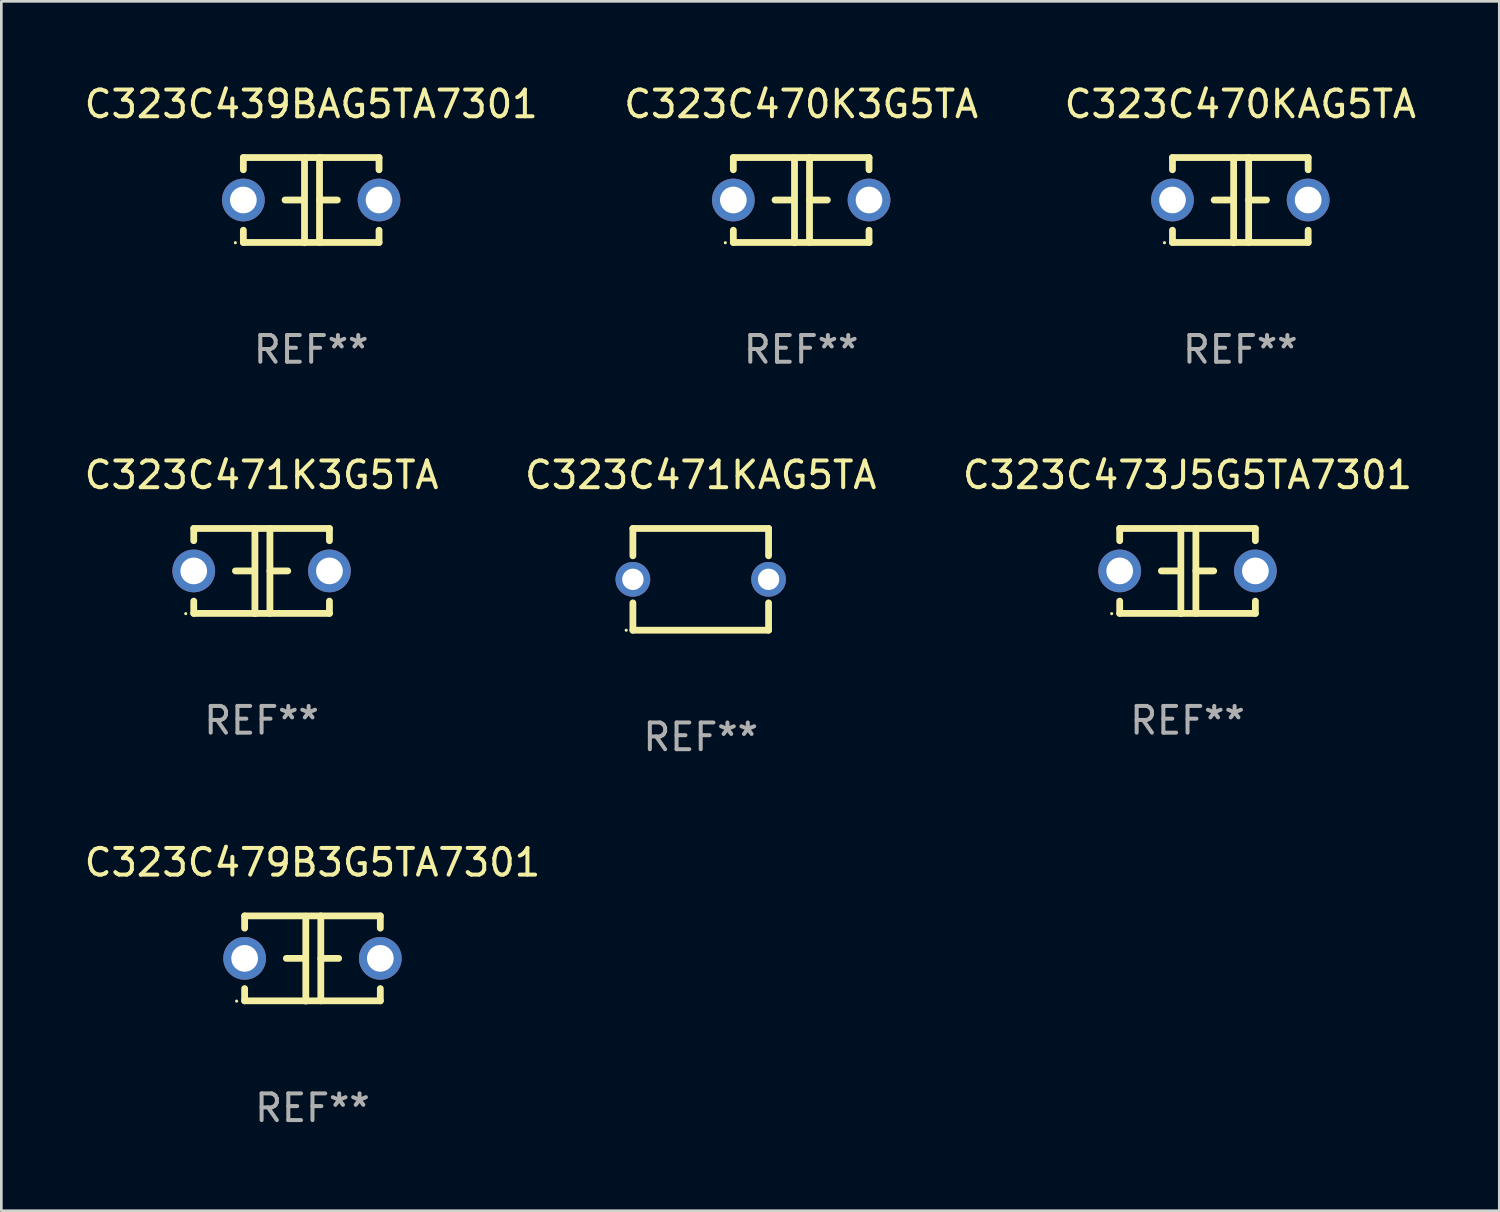
<source format=kicad_pcb>
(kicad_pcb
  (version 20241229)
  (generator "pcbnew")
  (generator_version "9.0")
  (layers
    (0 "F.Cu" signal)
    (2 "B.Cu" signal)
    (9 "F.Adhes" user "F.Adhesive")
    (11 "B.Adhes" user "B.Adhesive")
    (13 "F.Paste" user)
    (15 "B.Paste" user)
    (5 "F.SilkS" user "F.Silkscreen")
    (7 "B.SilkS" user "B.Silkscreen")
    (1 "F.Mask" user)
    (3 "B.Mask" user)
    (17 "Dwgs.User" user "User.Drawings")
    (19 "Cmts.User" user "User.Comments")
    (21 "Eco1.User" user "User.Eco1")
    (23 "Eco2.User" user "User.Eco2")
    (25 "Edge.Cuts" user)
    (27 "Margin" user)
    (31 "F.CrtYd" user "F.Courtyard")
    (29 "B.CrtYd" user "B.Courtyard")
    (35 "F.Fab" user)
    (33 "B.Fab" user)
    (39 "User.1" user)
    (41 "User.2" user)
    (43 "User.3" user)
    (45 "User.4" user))
  (footprint "C323C439BAG5TA7301"
    (layer "F.Cu")
    (at 8.601 4.443)
    (property "Reference" "C323C439BAG5TA7301" (at 0 -3.595 0) (layer "F.SilkS") (effects (font (size 1 1) (thickness 0.15))))
    (attr through_hole)
    (fp_line (start -2.54 -1.595) (end -2.54 -1.136) (stroke (width 0.254) (type solid)) (layer "F.SilkS"))
    (fp_line (start -2.54 -1.595) (end 2.54 -1.595) (stroke (width 0.254) (type solid)) (layer "F.SilkS"))
    (fp_line (start -2.54 1.126) (end -2.54 1.585) (stroke (width 0.254) (type solid)) (layer "F.SilkS"))
    (fp_line (start -0.312 -0.005) (end -0.98 -0.005) (stroke (width 0.254) (type solid)) (layer "F.SilkS"))
    (fp_line (start -0.25 -1.585) (end -0.25 1.595) (stroke (width 0.254) (type solid)) (layer "F.SilkS"))
    (fp_line (start 0.312 -1.595) (end 0.312 1.585) (stroke (width 0.254) (type solid)) (layer "F.SilkS"))
    (fp_line (start 0.312 -0.005) (end 0.98 -0.005) (stroke (width 0.254) (type solid)) (layer "F.SilkS"))
    (fp_line (start 2.54 -1.595) (end 2.54 -1.136) (stroke (width 0.254) (type solid)) (layer "F.SilkS"))
    (fp_line (start 2.54 1.126) (end 2.54 1.585) (stroke (width 0.254) (type solid)) (layer "F.SilkS"))
    (fp_line (start 2.54 1.585) (end -2.54 1.585) (stroke (width 0.254) (type solid)) (layer "F.SilkS"))
    (fp_circle (center -2.84 1.595) (end -2.81 1.595) (stroke (width 0.06) (type solid)) (fill no) (layer "F.SilkS"))
    (fp_text user "REF**" (at 0 5.595 0) (layer "F.Fab") (effects (font (size 1 1) (thickness 0.15))))
    (pad "1" thru_hole circle (at -2.54 -0.005) (size 1.6 1.6) (drill 1) (layers "*.Cu" "*.Mask"))
    (pad "2" thru_hole circle (at 2.54 -0.005) (size 1.6 1.6) (drill 1) (layers "*.Cu" "*.Mask")))
  (footprint "C323C470K3G5TA"
    (layer "F.Cu")
    (at 26.946 4.443)
    (property "Reference" "C323C470K3G5TA" (at 0 -3.595 0) (layer "F.SilkS") (effects (font (size 1 1) (thickness 0.15))))
    (attr through_hole)
    (fp_line (start -2.54 -1.595) (end -2.54 -1.136) (stroke (width 0.254) (type solid)) (layer "F.SilkS"))
    (fp_line (start -2.54 -1.595) (end 2.54 -1.595) (stroke (width 0.254) (type solid)) (layer "F.SilkS"))
    (fp_line (start -2.54 1.126) (end -2.54 1.585) (stroke (width 0.254) (type solid)) (layer "F.SilkS"))
    (fp_line (start -0.312 -0.005) (end -0.98 -0.005) (stroke (width 0.254) (type solid)) (layer "F.SilkS"))
    (fp_line (start -0.25 -1.585) (end -0.25 1.595) (stroke (width 0.254) (type solid)) (layer "F.SilkS"))
    (fp_line (start 0.312 -1.595) (end 0.312 1.585) (stroke (width 0.254) (type solid)) (layer "F.SilkS"))
    (fp_line (start 0.312 -0.005) (end 0.98 -0.005) (stroke (width 0.254) (type solid)) (layer "F.SilkS"))
    (fp_line (start 2.54 -1.595) (end 2.54 -1.136) (stroke (width 0.254) (type solid)) (layer "F.SilkS"))
    (fp_line (start 2.54 1.126) (end 2.54 1.585) (stroke (width 0.254) (type solid)) (layer "F.SilkS"))
    (fp_line (start 2.54 1.585) (end -2.54 1.585) (stroke (width 0.254) (type solid)) (layer "F.SilkS"))
    (fp_circle (center -2.84 1.595) (end -2.81 1.595) (stroke (width 0.06) (type solid)) (fill no) (layer "F.SilkS"))
    (fp_text user "REF**" (at 0 5.595 0) (layer "F.Fab") (effects (font (size 1 1) (thickness 0.15))))
    (pad "1" thru_hole circle (at -2.54 -0.005) (size 1.6 1.6) (drill 1) (layers "*.Cu" "*.Mask"))
    (pad "2" thru_hole circle (at 2.54 -0.005) (size 1.6 1.6) (drill 1) (layers "*.Cu" "*.Mask")))
  (footprint "C323C470KAG5TA"
    (layer "F.Cu")
    (at 43.387 4.443)
    (property "Reference" "C323C470KAG5TA" (at 0 -3.595 0) (layer "F.SilkS") (effects (font (size 1 1) (thickness 0.15))))
    (attr through_hole)
    (fp_line (start -2.54 -1.595) (end -2.54 -1.136) (stroke (width 0.254) (type solid)) (layer "F.SilkS"))
    (fp_line (start -2.54 -1.595) (end 2.54 -1.595) (stroke (width 0.254) (type solid)) (layer "F.SilkS"))
    (fp_line (start -2.54 1.126) (end -2.54 1.585) (stroke (width 0.254) (type solid)) (layer "F.SilkS"))
    (fp_line (start -0.312 -0.005) (end -0.98 -0.005) (stroke (width 0.254) (type solid)) (layer "F.SilkS"))
    (fp_line (start -0.25 -1.585) (end -0.25 1.595) (stroke (width 0.254) (type solid)) (layer "F.SilkS"))
    (fp_line (start 0.312 -1.595) (end 0.312 1.585) (stroke (width 0.254) (type solid)) (layer "F.SilkS"))
    (fp_line (start 0.312 -0.005) (end 0.98 -0.005) (stroke (width 0.254) (type solid)) (layer "F.SilkS"))
    (fp_line (start 2.54 -1.595) (end 2.54 -1.136) (stroke (width 0.254) (type solid)) (layer "F.SilkS"))
    (fp_line (start 2.54 1.126) (end 2.54 1.585) (stroke (width 0.254) (type solid)) (layer "F.SilkS"))
    (fp_line (start 2.54 1.585) (end -2.54 1.585) (stroke (width 0.254) (type solid)) (layer "F.SilkS"))
    (fp_circle (center -2.84 1.595) (end -2.81 1.595) (stroke (width 0.06) (type solid)) (fill no) (layer "F.SilkS"))
    (fp_text user "REF**" (at 0 5.595 0) (layer "F.Fab") (effects (font (size 1 1) (thickness 0.15))))
    (pad "1" thru_hole circle (at -2.54 -0.005) (size 1.6 1.6) (drill 1) (layers "*.Cu" "*.Mask"))
    (pad "2" thru_hole circle (at 2.54 -0.005) (size 1.6 1.6) (drill 1) (layers "*.Cu" "*.Mask")))
  (footprint "C323C471K3G5TA"
    (layer "F.Cu")
    (at 6.744 18.33)
    (property "Reference" "C323C471K3G5TA" (at 0 -3.595 0) (layer "F.SilkS") (effects (font (size 1 1) (thickness 0.15))))
    (attr through_hole)
    (fp_line (start -2.54 -1.595) (end -2.54 -1.136) (stroke (width 0.254) (type solid)) (layer "F.SilkS"))
    (fp_line (start -2.54 -1.595) (end 2.54 -1.595) (stroke (width 0.254) (type solid)) (layer "F.SilkS"))
    (fp_line (start -2.54 1.126) (end -2.54 1.585) (stroke (width 0.254) (type solid)) (layer "F.SilkS"))
    (fp_line (start -0.312 -0.005) (end -0.98 -0.005) (stroke (width 0.254) (type solid)) (layer "F.SilkS"))
    (fp_line (start -0.25 -1.585) (end -0.25 1.595) (stroke (width 0.254) (type solid)) (layer "F.SilkS"))
    (fp_line (start 0.312 -1.595) (end 0.312 1.585) (stroke (width 0.254) (type solid)) (layer "F.SilkS"))
    (fp_line (start 0.312 -0.005) (end 0.98 -0.005) (stroke (width 0.254) (type solid)) (layer "F.SilkS"))
    (fp_line (start 2.54 -1.595) (end 2.54 -1.136) (stroke (width 0.254) (type solid)) (layer "F.SilkS"))
    (fp_line (start 2.54 1.126) (end 2.54 1.585) (stroke (width 0.254) (type solid)) (layer "F.SilkS"))
    (fp_line (start 2.54 1.585) (end -2.54 1.585) (stroke (width 0.254) (type solid)) (layer "F.SilkS"))
    (fp_circle (center -2.84 1.595) (end -2.81 1.595) (stroke (width 0.06) (type solid)) (fill no) (layer "F.SilkS"))
    (fp_text user "REF**" (at 0 5.595 0) (layer "F.Fab") (effects (font (size 1 1) (thickness 0.15))))
    (pad "1" thru_hole circle (at -2.54 -0.005) (size 1.6 1.6) (drill 1) (layers "*.Cu" "*.Mask"))
    (pad "2" thru_hole circle (at 2.54 -0.005) (size 1.6 1.6) (drill 1) (layers "*.Cu" "*.Mask")))
  (footprint "C323C471KAG5TA"
    (layer "F.Cu")
    (at 23.185 18.64)
    (property "Reference" "C323C471KAG5TA" (at 0 -3.905 0) (layer "F.SilkS") (effects (font (size 1 1) (thickness 0.15))))
    (attr through_hole)
    (fp_line (start -2.54 -1.905) (end -2.54 -0.881) (stroke (width 0.254) (type solid)) (layer "F.SilkS"))
    (fp_line (start -2.54 0.881) (end -2.54 1.905) (stroke (width 0.254) (type solid)) (layer "F.SilkS"))
    (fp_line (start -2.54 1.905) (end 2.54 1.905) (stroke (width 0.254) (type solid)) (layer "F.SilkS"))
    (fp_line (start 2.54 -1.905) (end -2.54 -1.905) (stroke (width 0.254) (type solid)) (layer "F.SilkS"))
    (fp_line (start 2.54 -0.881) (end 2.54 -1.905) (stroke (width 0.254) (type solid)) (layer "F.SilkS"))
    (fp_line (start 2.54 1.905) (end 2.54 0.881) (stroke (width 0.254) (type solid)) (layer "F.SilkS"))
    (fp_circle (center -2.79 1.905) (end -2.76 1.905) (stroke (width 0.06) (type solid)) (fill no) (layer "F.SilkS"))
    (fp_text user "REF**" (at 0 5.905 0) (layer "F.Fab") (effects (font (size 1 1) (thickness 0.15))))
    (pad "1" thru_hole circle (at -2.54 0) (size 1.3 1.3) (drill 0.8) (layers "*.Cu" "*.Mask"))
    (pad "2" thru_hole circle (at 2.54 0) (size 1.3 1.3) (drill 0.8) (layers "*.Cu" "*.Mask")))
  (footprint "C323C473J5G5TA7301"
    (layer "F.Cu")
    (at 41.411 18.33)
    (property "Reference" "C323C473J5G5TA7301" (at 0 -3.595 0) (layer "F.SilkS") (effects (font (size 1 1) (thickness 0.15))))
    (attr through_hole)
    (fp_line (start -2.54 -1.595) (end -2.54 -1.136) (stroke (width 0.254) (type solid)) (layer "F.SilkS"))
    (fp_line (start -2.54 -1.595) (end 2.54 -1.595) (stroke (width 0.254) (type solid)) (layer "F.SilkS"))
    (fp_line (start -2.54 1.126) (end -2.54 1.585) (stroke (width 0.254) (type solid)) (layer "F.SilkS"))
    (fp_line (start -0.312 -0.005) (end -0.98 -0.005) (stroke (width 0.254) (type solid)) (layer "F.SilkS"))
    (fp_line (start -0.25 -1.585) (end -0.25 1.595) (stroke (width 0.254) (type solid)) (layer "F.SilkS"))
    (fp_line (start 0.312 -1.595) (end 0.312 1.585) (stroke (width 0.254) (type solid)) (layer "F.SilkS"))
    (fp_line (start 0.312 -0.005) (end 0.98 -0.005) (stroke (width 0.254) (type solid)) (layer "F.SilkS"))
    (fp_line (start 2.54 -1.595) (end 2.54 -1.136) (stroke (width 0.254) (type solid)) (layer "F.SilkS"))
    (fp_line (start 2.54 1.126) (end 2.54 1.585) (stroke (width 0.254) (type solid)) (layer "F.SilkS"))
    (fp_line (start 2.54 1.585) (end -2.54 1.585) (stroke (width 0.254) (type solid)) (layer "F.SilkS"))
    (fp_circle (center -2.84 1.595) (end -2.81 1.595) (stroke (width 0.06) (type solid)) (fill no) (layer "F.SilkS"))
    (fp_text user "REF**" (at 0 5.595 0) (layer "F.Fab") (effects (font (size 1 1) (thickness 0.15))))
    (pad "1" thru_hole circle (at -2.54 -0.005) (size 1.6 1.6) (drill 1) (layers "*.Cu" "*.Mask"))
    (pad "2" thru_hole circle (at 2.54 -0.005) (size 1.6 1.6) (drill 1) (layers "*.Cu" "*.Mask")))
  (footprint "C323C479B3G5TA7301"
    (layer "F.Cu")
    (at 8.649 32.836)
    (property "Reference" "C323C479B3G5TA7301" (at 0 -3.595 0) (layer "F.SilkS") (effects (font (size 1 1) (thickness 0.15))))
    (attr through_hole)
    (fp_line (start -2.54 -1.595) (end -2.54 -1.136) (stroke (width 0.254) (type solid)) (layer "F.SilkS"))
    (fp_line (start -2.54 -1.595) (end 2.54 -1.595) (stroke (width 0.254) (type solid)) (layer "F.SilkS"))
    (fp_line (start -2.54 1.126) (end -2.54 1.585) (stroke (width 0.254) (type solid)) (layer "F.SilkS"))
    (fp_line (start -0.312 -0.005) (end -0.98 -0.005) (stroke (width 0.254) (type solid)) (layer "F.SilkS"))
    (fp_line (start -0.25 -1.585) (end -0.25 1.595) (stroke (width 0.254) (type solid)) (layer "F.SilkS"))
    (fp_line (start 0.312 -1.595) (end 0.312 1.585) (stroke (width 0.254) (type solid)) (layer "F.SilkS"))
    (fp_line (start 0.312 -0.005) (end 0.98 -0.005) (stroke (width 0.254) (type solid)) (layer "F.SilkS"))
    (fp_line (start 2.54 -1.595) (end 2.54 -1.136) (stroke (width 0.254) (type solid)) (layer "F.SilkS"))
    (fp_line (start 2.54 1.126) (end 2.54 1.585) (stroke (width 0.254) (type solid)) (layer "F.SilkS"))
    (fp_line (start 2.54 1.585) (end -2.54 1.585) (stroke (width 0.254) (type solid)) (layer "F.SilkS"))
    (fp_circle (center -2.84 1.595) (end -2.81 1.595) (stroke (width 0.06) (type solid)) (fill no) (layer "F.SilkS"))
    (fp_text user "REF**" (at 0 5.595 0) (layer "F.Fab") (effects (font (size 1 1) (thickness 0.15))))
    (pad "1" thru_hole circle (at -2.54 -0.005) (size 1.6 1.6) (drill 1) (layers "*.Cu" "*.Mask"))
    (pad "2" thru_hole circle (at 2.54 -0.005) (size 1.6 1.6) (drill 1) (layers "*.Cu" "*.Mask")))
  (gr_rect
    (start -3 -3)
    (end 53.083 42.279)
    (stroke (width 0.1) (type default))
    (fill no)
    (layer "Edge.Cuts")))
</source>
